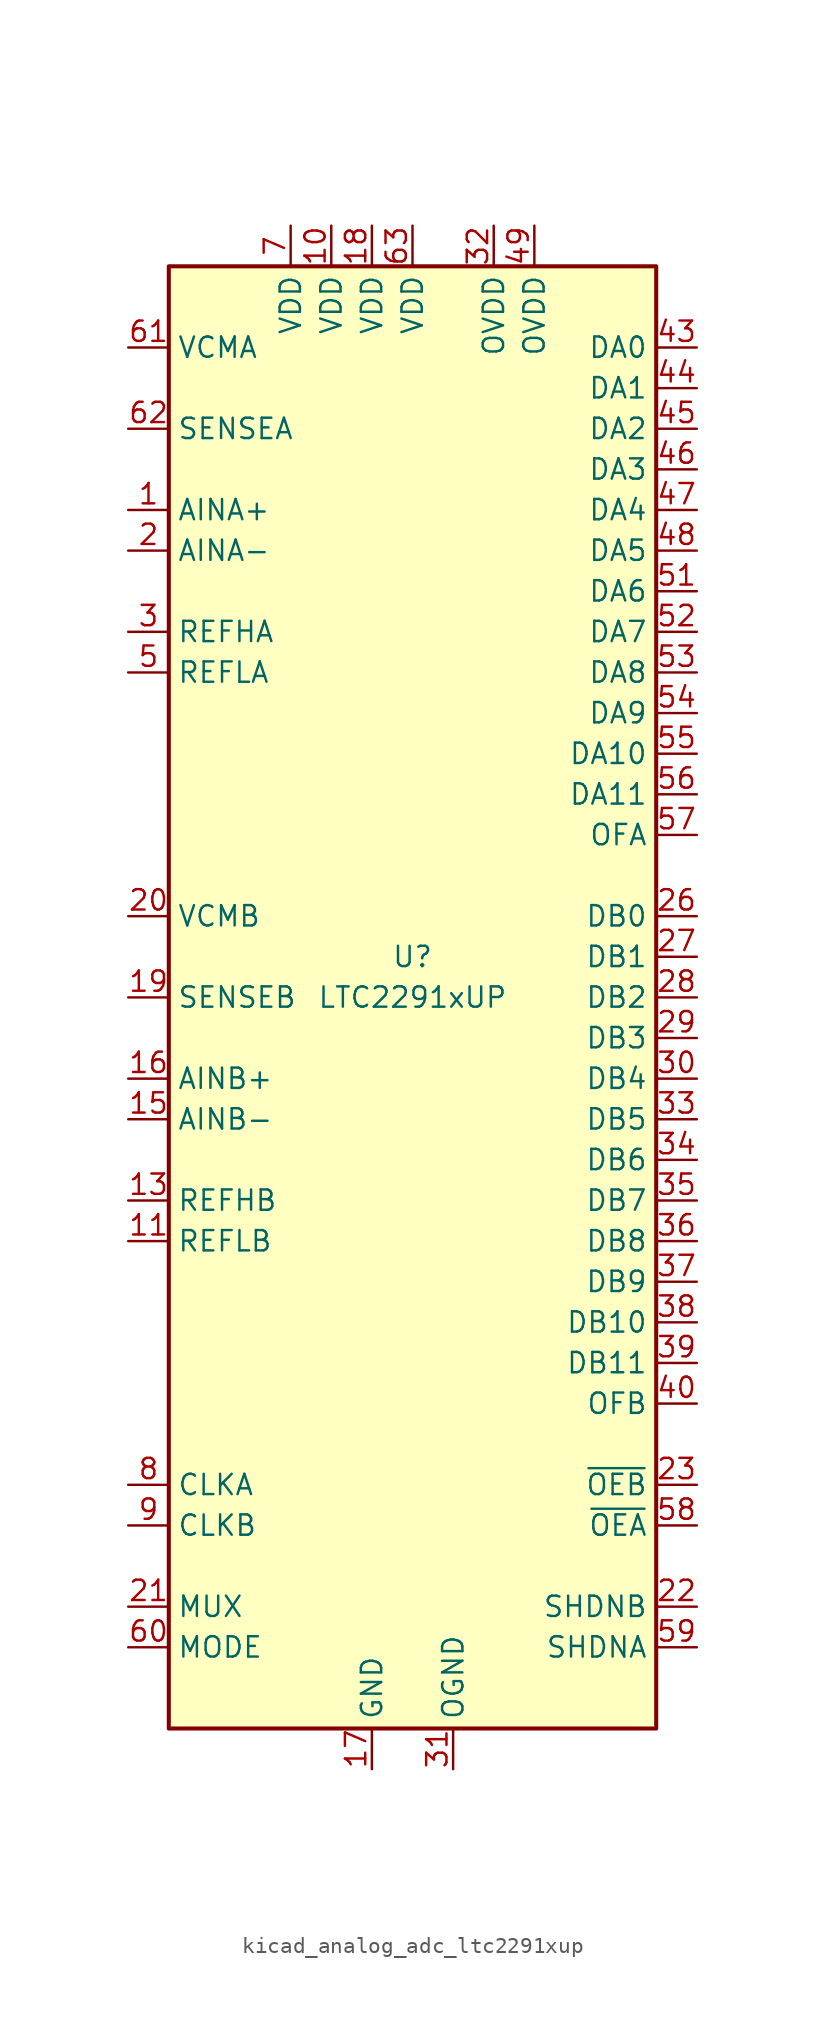
<source format=kicad_sym>
(kicad_symbol_lib
  (version 20220914)
  (generator kicad_symbol_editor)
  (symbol "kicad_analog_adc_ltc2291xup"
    (property "Reference" "U"
      (at 0 2.54 0)
      (effects (font (size 1.27 1.27))))
    (property "Value" "LTC2291xUP"
      (at 0 0 0)
      (effects (font (size 1.27 1.27))))
    (symbol "kicad_analog_adc_ltc2291xup_0_1"
      (rectangle (start -15.24 45.72) (end 15.24 -45.72) (stroke (width 0.254) (type default)) (fill (type background))))
    (symbol "kicad_analog_adc_ltc2291xup_1_1"
      (pin input line (at -17.78 30.48 0) (length 2.54) (name "AINA+" (effects (font (size 1.27 1.27)))) (number "1" (effects (font (size 1.27 1.27)))))
      (pin power_in line (at -5.08 48.26 270) (length 2.54) (name "VDD" (effects (font (size 1.27 1.27)))) (number "10" (effects (font (size 1.27 1.27)))))
      (pin input line (at -17.78 -15.24 0) (length 2.54) (name "REFLB" (effects (font (size 1.27 1.27)))) (number "11" (effects (font (size 1.27 1.27)))))
      (pin input line (at -17.78 -15.24 0) (length 2.54) hide (name "REFLB" (effects (font (size 1.27 1.27)))) (number "12" (effects (font (size 1.27 1.27)))))
      (pin input line (at -17.78 -12.7 0) (length 2.54) (name "REFHB" (effects (font (size 1.27 1.27)))) (number "13" (effects (font (size 1.27 1.27)))))
      (pin input line (at -17.78 -12.7 0) (length 2.54) hide (name "REFHB" (effects (font (size 1.27 1.27)))) (number "14" (effects (font (size 1.27 1.27)))))
      (pin input line (at -17.78 -7.62 0) (length 2.54) (name "AINB-" (effects (font (size 1.27 1.27)))) (number "15" (effects (font (size 1.27 1.27)))))
      (pin input line (at -17.78 -5.08 0) (length 2.54) (name "AINB+" (effects (font (size 1.27 1.27)))) (number "16" (effects (font (size 1.27 1.27)))))
      (pin power_in line (at -2.54 -48.26 90) (length 2.54) (name "GND" (effects (font (size 1.27 1.27)))) (number "17" (effects (font (size 1.27 1.27)))))
      (pin power_in line (at -2.54 48.26 270) (length 2.54) (name "VDD" (effects (font (size 1.27 1.27)))) (number "18" (effects (font (size 1.27 1.27)))))
      (pin input line (at -17.78 0 0) (length 2.54) (name "SENSEB" (effects (font (size 1.27 1.27)))) (number "19" (effects (font (size 1.27 1.27)))))
      (pin input line (at -17.78 27.94 0) (length 2.54) (name "AINA-" (effects (font (size 1.27 1.27)))) (number "2" (effects (font (size 1.27 1.27)))))
      (pin passive line (at -17.78 5.08 0) (length 2.54) (name "VCMB" (effects (font (size 1.27 1.27)))) (number "20" (effects (font (size 1.27 1.27)))))
      (pin input line (at -17.78 -38.1 0) (length 2.54) (name "MUX" (effects (font (size 1.27 1.27)))) (number "21" (effects (font (size 1.27 1.27)))))
      (pin input line (at 17.78 -38.1 180) (length 2.54) (name "SHDNB" (effects (font (size 1.27 1.27)))) (number "22" (effects (font (size 1.27 1.27)))))
      (pin input line (at 17.78 -30.48 180) (length 2.54) (name "~{OEB}" (effects (font (size 1.27 1.27)))) (number "23" (effects (font (size 1.27 1.27)))))
      (pin no_connect line (at -15.24 -20.32 0) (length 2.54) hide (name "NC" (effects (font (size 1.27 1.27)))) (number "24" (effects (font (size 1.27 1.27)))))
      (pin no_connect line (at -15.24 -22.86 0) (length 2.54) hide (name "NC" (effects (font (size 1.27 1.27)))) (number "25" (effects (font (size 1.27 1.27)))))
      (pin output line (at 17.78 5.08 180) (length 2.54) (name "DB0" (effects (font (size 1.27 1.27)))) (number "26" (effects (font (size 1.27 1.27)))))
      (pin output line (at 17.78 2.54 180) (length 2.54) (name "DB1" (effects (font (size 1.27 1.27)))) (number "27" (effects (font (size 1.27 1.27)))))
      (pin output line (at 17.78 0 180) (length 2.54) (name "DB2" (effects (font (size 1.27 1.27)))) (number "28" (effects (font (size 1.27 1.27)))))
      (pin output line (at 17.78 -2.54 180) (length 2.54) (name "DB3" (effects (font (size 1.27 1.27)))) (number "29" (effects (font (size 1.27 1.27)))))
      (pin input line (at -17.78 22.86 0) (length 2.54) (name "REFHA" (effects (font (size 1.27 1.27)))) (number "3" (effects (font (size 1.27 1.27)))))
      (pin output line (at 17.78 -5.08 180) (length 2.54) (name "DB4" (effects (font (size 1.27 1.27)))) (number "30" (effects (font (size 1.27 1.27)))))
      (pin power_in line (at 2.54 -48.26 90) (length 2.54) (name "OGND" (effects (font (size 1.27 1.27)))) (number "31" (effects (font (size 1.27 1.27)))))
      (pin power_in line (at 5.08 48.26 270) (length 2.54) (name "OVDD" (effects (font (size 1.27 1.27)))) (number "32" (effects (font (size 1.27 1.27)))))
      (pin output line (at 17.78 -7.62 180) (length 2.54) (name "DB5" (effects (font (size 1.27 1.27)))) (number "33" (effects (font (size 1.27 1.27)))))
      (pin output line (at 17.78 -10.16 180) (length 2.54) (name "DB6" (effects (font (size 1.27 1.27)))) (number "34" (effects (font (size 1.27 1.27)))))
      (pin output line (at 17.78 -12.7 180) (length 2.54) (name "DB7" (effects (font (size 1.27 1.27)))) (number "35" (effects (font (size 1.27 1.27)))))
      (pin output line (at 17.78 -15.24 180) (length 2.54) (name "DB8" (effects (font (size 1.27 1.27)))) (number "36" (effects (font (size 1.27 1.27)))))
      (pin output line (at 17.78 -17.78 180) (length 2.54) (name "DB9" (effects (font (size 1.27 1.27)))) (number "37" (effects (font (size 1.27 1.27)))))
      (pin output line (at 17.78 -20.32 180) (length 2.54) (name "DB10" (effects (font (size 1.27 1.27)))) (number "38" (effects (font (size 1.27 1.27)))))
      (pin output line (at 17.78 -22.86 180) (length 2.54) (name "DB11" (effects (font (size 1.27 1.27)))) (number "39" (effects (font (size 1.27 1.27)))))
      (pin input line (at -17.78 22.86 0) (length 2.54) hide (name "REFHA" (effects (font (size 1.27 1.27)))) (number "4" (effects (font (size 1.27 1.27)))))
      (pin output line (at 17.78 -25.4 180) (length 2.54) (name "OFB" (effects (font (size 1.27 1.27)))) (number "40" (effects (font (size 1.27 1.27)))))
      (pin no_connect line (at -15.24 -25.4 0) (length 2.54) hide (name "NC" (effects (font (size 1.27 1.27)))) (number "41" (effects (font (size 1.27 1.27)))))
      (pin no_connect line (at -15.24 -27.94 0) (length 2.54) hide (name "NC" (effects (font (size 1.27 1.27)))) (number "42" (effects (font (size 1.27 1.27)))))
      (pin output line (at 17.78 40.64 180) (length 2.54) (name "DA0" (effects (font (size 1.27 1.27)))) (number "43" (effects (font (size 1.27 1.27)))))
      (pin output line (at 17.78 38.1 180) (length 2.54) (name "DA1" (effects (font (size 1.27 1.27)))) (number "44" (effects (font (size 1.27 1.27)))))
      (pin output line (at 17.78 35.56 180) (length 2.54) (name "DA2" (effects (font (size 1.27 1.27)))) (number "45" (effects (font (size 1.27 1.27)))))
      (pin output line (at 17.78 33.02 180) (length 2.54) (name "DA3" (effects (font (size 1.27 1.27)))) (number "46" (effects (font (size 1.27 1.27)))))
      (pin output line (at 17.78 30.48 180) (length 2.54) (name "DA4" (effects (font (size 1.27 1.27)))) (number "47" (effects (font (size 1.27 1.27)))))
      (pin output line (at 17.78 27.94 180) (length 2.54) (name "DA5" (effects (font (size 1.27 1.27)))) (number "48" (effects (font (size 1.27 1.27)))))
      (pin power_in line (at 7.62 48.26 270) (length 2.54) (name "OVDD" (effects (font (size 1.27 1.27)))) (number "49" (effects (font (size 1.27 1.27)))))
      (pin input line (at -17.78 20.32 0) (length 2.54) (name "REFLA" (effects (font (size 1.27 1.27)))) (number "5" (effects (font (size 1.27 1.27)))))
      (pin passive line (at 2.54 -48.26 90) (length 2.54) hide (name "OGND" (effects (font (size 1.27 1.27)))) (number "50" (effects (font (size 1.27 1.27)))))
      (pin output line (at 17.78 25.4 180) (length 2.54) (name "DA6" (effects (font (size 1.27 1.27)))) (number "51" (effects (font (size 1.27 1.27)))))
      (pin output line (at 17.78 22.86 180) (length 2.54) (name "DA7" (effects (font (size 1.27 1.27)))) (number "52" (effects (font (size 1.27 1.27)))))
      (pin output line (at 17.78 20.32 180) (length 2.54) (name "DA8" (effects (font (size 1.27 1.27)))) (number "53" (effects (font (size 1.27 1.27)))))
      (pin output line (at 17.78 17.78 180) (length 2.54) (name "DA9" (effects (font (size 1.27 1.27)))) (number "54" (effects (font (size 1.27 1.27)))))
      (pin output line (at 17.78 15.24 180) (length 2.54) (name "DA10" (effects (font (size 1.27 1.27)))) (number "55" (effects (font (size 1.27 1.27)))))
      (pin output line (at 17.78 12.7 180) (length 2.54) (name "DA11" (effects (font (size 1.27 1.27)))) (number "56" (effects (font (size 1.27 1.27)))))
      (pin output line (at 17.78 10.16 180) (length 2.54) (name "OFA" (effects (font (size 1.27 1.27)))) (number "57" (effects (font (size 1.27 1.27)))))
      (pin input line (at 17.78 -33.02 180) (length 2.54) (name "~{OEA}" (effects (font (size 1.27 1.27)))) (number "58" (effects (font (size 1.27 1.27)))))
      (pin input line (at 17.78 -40.64 180) (length 2.54) (name "SHDNA" (effects (font (size 1.27 1.27)))) (number "59" (effects (font (size 1.27 1.27)))))
      (pin input line (at -17.78 20.32 0) (length 2.54) hide (name "REFLA" (effects (font (size 1.27 1.27)))) (number "6" (effects (font (size 1.27 1.27)))))
      (pin input line (at -17.78 -40.64 0) (length 2.54) (name "MODE" (effects (font (size 1.27 1.27)))) (number "60" (effects (font (size 1.27 1.27)))))
      (pin passive line (at -17.78 40.64 0) (length 2.54) (name "VCMA" (effects (font (size 1.27 1.27)))) (number "61" (effects (font (size 1.27 1.27)))))
      (pin input line (at -17.78 35.56 0) (length 2.54) (name "SENSEA" (effects (font (size 1.27 1.27)))) (number "62" (effects (font (size 1.27 1.27)))))
      (pin power_in line (at 0 48.26 270) (length 2.54) (name "VDD" (effects (font (size 1.27 1.27)))) (number "63" (effects (font (size 1.27 1.27)))))
      (pin passive line (at -2.54 -48.26 90) (length 2.54) hide (name "GND" (effects (font (size 1.27 1.27)))) (number "64" (effects (font (size 1.27 1.27)))))
      (pin passive line (at -2.54 -48.26 90) (length 2.54) hide (name "GND" (effects (font (size 1.27 1.27)))) (number "65" (effects (font (size 1.27 1.27)))))
      (pin power_in line (at -7.62 48.26 270) (length 2.54) (name "VDD" (effects (font (size 1.27 1.27)))) (number "7" (effects (font (size 1.27 1.27)))))
      (pin input line (at -17.78 -30.48 0) (length 2.54) (name "CLKA" (effects (font (size 1.27 1.27)))) (number "8" (effects (font (size 1.27 1.27)))))
      (pin input line (at -17.78 -33.02 0) (length 2.54) (name "CLKB" (effects (font (size 1.27 1.27)))) (number "9" (effects (font (size 1.27 1.27))))))))
</source>
